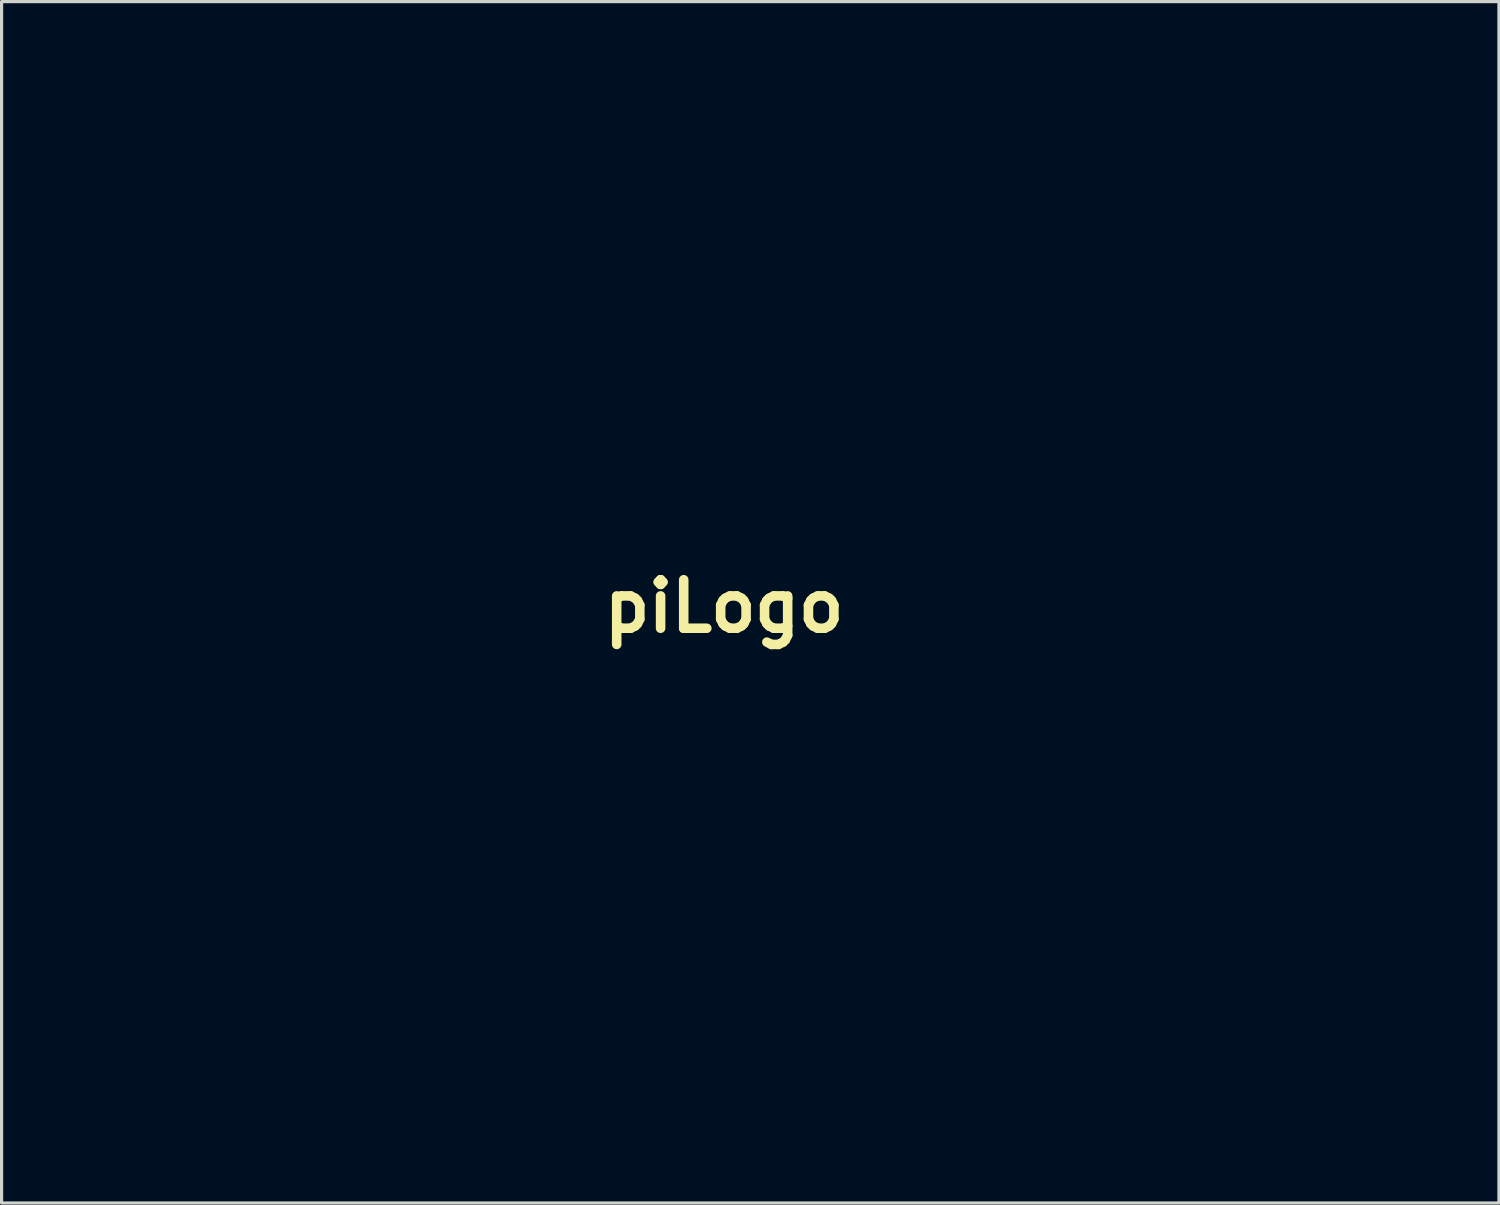
<source format=kicad_pcb>
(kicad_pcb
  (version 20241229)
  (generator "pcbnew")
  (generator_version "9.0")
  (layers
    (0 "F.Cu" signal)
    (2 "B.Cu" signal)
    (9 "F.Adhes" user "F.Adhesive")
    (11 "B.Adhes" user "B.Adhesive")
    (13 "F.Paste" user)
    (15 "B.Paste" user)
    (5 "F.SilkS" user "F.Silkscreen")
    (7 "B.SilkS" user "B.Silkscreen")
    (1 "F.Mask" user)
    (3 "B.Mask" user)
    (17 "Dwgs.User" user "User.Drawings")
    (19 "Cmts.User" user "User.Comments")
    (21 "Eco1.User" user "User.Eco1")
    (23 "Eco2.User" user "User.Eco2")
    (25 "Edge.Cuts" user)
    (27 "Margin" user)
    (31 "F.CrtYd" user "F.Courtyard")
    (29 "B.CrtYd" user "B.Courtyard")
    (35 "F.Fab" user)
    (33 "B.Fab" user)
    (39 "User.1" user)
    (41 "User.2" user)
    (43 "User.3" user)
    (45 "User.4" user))
  (footprint "piLogo"
    (layer "F.Cu")
    (at 19.696 15.995)
    (property "Reference" "piLogo" (at 0 0 0) (layer "F.SilkS") (effects (font (size 1.524 1.524) (thickness 0.3))))
    (attr through_hole)
    (fp_poly (pts (xy -4.179 -15.89) (xy -2.814 -15.67) (xy -1.294 -15.321) (xy 0.436 -14.831) (xy 2.43 -14.191) (xy 4.6 -13.439) (xy 7.586 -12.504) (xy 10.465 -11.872) (xy 13.367 -11.514) (xy 13.818 -11.482) (xy 15.936 -11.266) (xy 17.683 -10.911) (xy 19.072 -10.409) (xy 20.118 -9.752) (xy 20.833 -8.931) (xy 21.232 -7.939) (xy 21.333 -6.968) (xy 21.147 -5.801) (xy 20.621 -4.821) (xy 19.788 -4.054) (xy 18.682 -3.529) (xy 17.337 -3.272) (xy 16.778 -3.251) (xy 15.385 -3.339) (xy 14.134 -3.631) (xy 12.89 -4.17) (xy 11.718 -4.868) (xy 10.644 -5.555) (xy 9.854 -6.027) (xy 9.301 -6.304) (xy 8.941 -6.409) (xy 8.727 -6.365) (xy 8.698 -6.34) (xy 8.523 -5.963) (xy 8.388 -5.284) (xy 8.301 -4.404) (xy 8.268 -3.427) (xy 8.297 -2.454) (xy 8.359 -1.829) (xy 8.584 -0.639) (xy 8.952 0.604) (xy 9.49 1.968) (xy 10.223 3.521) (xy 11.163 5.301) (xy 12.214 7.35) (xy 12.972 9.139) (xy 13.44 10.688) (xy 13.62 12.015) (xy 13.514 13.138) (xy 13.125 14.078) (xy 12.455 14.853) (xy 12.417 14.886) (xy 11.438 15.492) (xy 10.407 15.7) (xy 9.314 15.511) (xy 8.147 14.924) (xy 8.104 14.895) (xy 7.203 14.123) (xy 6.314 13.048) (xy 5.499 11.769) (xy 4.819 10.386) (xy 4.336 8.999) (xy 4.247 8.636) (xy 4.147 7.94) (xy 4.069 6.892) (xy 4.014 5.547) (xy 3.982 3.961) (xy 3.975 2.186) (xy 3.993 0.279) (xy 4.038 -1.707) (xy 4.071 -2.743) (xy 4.098 -4.129) (xy 4.054 -5.198) (xy 3.923 -6.036) (xy 3.688 -6.729) (xy 3.332 -7.363) (xy 3.111 -7.675) (xy 2.666 -8.185) (xy 2.186 -8.606) (xy 1.769 -8.867) (xy 1.511 -8.893) (xy 1.503 -8.886) (xy 1.493 -8.655) (xy 1.544 -8.104) (xy 1.648 -7.313) (xy 1.794 -6.363) (xy 1.81 -6.268) (xy 2.235 -3.336) (xy 2.487 -0.691) (xy 2.568 1.747) (xy 2.485 4.056) (xy 2.453 4.465) (xy 2.171 7.06) (xy 1.794 9.277) (xy 1.312 11.134) (xy 0.715 12.65) (xy -0.006 13.844) (xy -0.861 14.736) (xy -1.86 15.343) (xy -3.012 15.686) (xy -3.374 15.738) (xy -4.405 15.736) (xy -5.129 15.571) (xy -6.224 15.04) (xy -7.061 14.326) (xy -7.693 13.36) (xy -8.175 12.077) (xy -8.267 11.746) (xy -8.457 10.921) (xy -8.518 10.284) (xy -8.459 9.642) (xy -8.377 9.212) (xy -8.088 8.188) (xy -7.609 6.988) (xy -6.923 5.578) (xy -6.01 3.92) (xy -5.079 2.346) (xy -4.12 0.688) (xy -3.4 -0.757) (xy -2.886 -2.078) (xy -2.548 -3.365) (xy -2.355 -4.708) (xy -2.29 -5.69) (xy -2.257 -6.663) (xy -2.264 -7.346) (xy -2.329 -7.851) (xy -2.469 -8.294) (xy -2.7 -8.789) (xy -2.778 -8.941) (xy -3.265 -9.699) (xy -3.857 -10.347) (xy -4.461 -10.8) (xy -4.984 -10.973) (xy -4.989 -10.973) (xy -5.126 -10.893) (xy -5.113 -10.598) (xy -4.978 -10.092) (xy -4.612 -8.288) (xy -4.572 -6.483) (xy -4.839 -4.735) (xy -5.391 -3.098) (xy -6.207 -1.629) (xy -7.266 -0.385) (xy -8.547 0.58) (xy -9.099 0.867) (xy -10.034 1.153) (xy -11.222 1.31) (xy -12.532 1.339) (xy -13.832 1.239) (xy -14.99 1.011) (xy -15.473 0.85) (xy -16.883 0.09) (xy -18.016 -0.928) (xy -18.867 -2.154) (xy -19.428 -3.543) (xy -19.691 -5.046) (xy -19.651 -6.615) (xy -19.3 -8.203) (xy -18.631 -9.763) (xy -17.637 -11.246) (xy -17.299 -11.642) (xy -16.077 -12.75) (xy -14.53 -13.749) (xy -12.733 -14.606) (xy -10.76 -15.286) (xy -8.685 -15.756) (xy -7.877 -15.874) (xy -6.657 -15.981) (xy -5.442 -15.99) (xy -4.179 -15.89)) (stroke (width 0.01) (type solid)) (fill no) (layer "Eco2.User")))
  (gr_rect
    (start -3 -3)
    (end 44.034 34.738)
    (stroke (width 0.1) (type default))
    (fill no)
    (layer "Edge.Cuts")))
</source>
